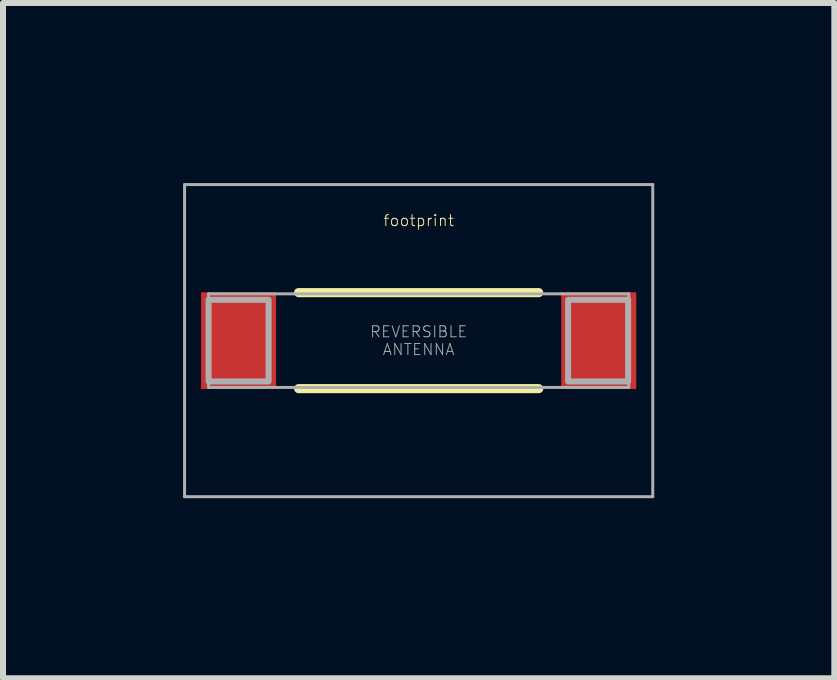
<source format=kicad_pcb>
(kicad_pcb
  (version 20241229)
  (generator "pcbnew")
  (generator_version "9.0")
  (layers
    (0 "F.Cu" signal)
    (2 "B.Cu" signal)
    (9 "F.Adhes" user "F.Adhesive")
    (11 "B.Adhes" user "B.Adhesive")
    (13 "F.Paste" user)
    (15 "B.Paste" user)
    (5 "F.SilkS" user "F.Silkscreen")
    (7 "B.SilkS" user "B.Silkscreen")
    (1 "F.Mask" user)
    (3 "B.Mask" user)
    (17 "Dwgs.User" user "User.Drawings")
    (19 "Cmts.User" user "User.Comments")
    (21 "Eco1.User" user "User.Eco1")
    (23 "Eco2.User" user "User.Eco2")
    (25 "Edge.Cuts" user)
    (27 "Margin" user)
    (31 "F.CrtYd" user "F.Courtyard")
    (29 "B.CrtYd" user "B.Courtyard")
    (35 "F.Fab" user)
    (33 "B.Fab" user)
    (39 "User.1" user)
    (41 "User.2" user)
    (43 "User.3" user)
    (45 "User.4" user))
  (footprint "footprint"
    (layer "F.Cu")
    (at 3.925 2.625)
    (property "Reference" "footprint" (at 0 -2 0) (layer "F.SilkS") (effects (font (size 0.184 0.184) (thickness 0.016))))
    (fp_line (start -2 -0.8) (end 2 -0.8) (stroke (width 0.152) (type solid)) (layer "F.SilkS"))
    (fp_line (start -2 0.8) (end 2 0.8) (stroke (width 0.152) (type solid)) (layer "F.SilkS"))
    (fp_line (start -3.9 -2.6) (end 3.9 -2.6) (stroke (width 0.05) (type solid)) (layer "F.Fab"))
    (fp_line (start -3.9 2.6) (end -3.9 -2.6) (stroke (width 0.05) (type solid)) (layer "F.Fab"))
    (fp_line (start -3.5 -0.78) (end 3.5 -0.78) (stroke (width 0.05) (type solid)) (layer "F.Fab"))
    (fp_line (start -3.5 0.78) (end -3.5 -0.78) (stroke (width 0.05) (type solid)) (layer "F.Fab"))
    (fp_line (start 3.5 -0.78) (end 3.5 0.78) (stroke (width 0.05) (type solid)) (layer "F.Fab"))
    (fp_line (start 3.5 0.78) (end -3.5 0.78) (stroke (width 0.05) (type solid)) (layer "F.Fab"))
    (fp_line (start 3.9 -2.6) (end 3.9 2.6) (stroke (width 0.05) (type solid)) (layer "F.Fab"))
    (fp_line (start 3.9 2.6) (end -3.9 2.6) (stroke (width 0.05) (type solid)) (layer "F.Fab"))
    (fp_poly (pts (xy -3.5 0.68) (xy -2.5 0.68) (xy -2.5 -0.68) (xy -3.5 -0.68)) (stroke (width 0.1) (type solid)) (fill no) (layer "F.Fab"))
    (fp_poly (pts (xy 2.49 0.68) (xy 3.49 0.68) (xy 3.49 -0.68) (xy 2.49 -0.68)) (stroke (width 0.1) (type solid)) (fill no) (layer "F.Fab"))
    (fp_text user "REVERSIBLE\nANTENNA" (at 0 0 0) (layer "F.Fab") (effects (font (size 0.184 0.184) (thickness 0.016))))
    (pad "FEED" smd rect (at 3 0) (size 1.25 1.61) (layers "F.Cu" "F.Mask" "F.Paste"))
    (pad "GND" smd rect (at -3 0) (size 1.25 1.61) (layers "F.Cu" "F.Mask" "F.Paste"))
    (zone (net_name "") (layer "F.Cu") (hatch edge 0.508) (connect_pads) (min_thickness 0.254) (filled_areas_thickness no) (keepout (tracks not_allowed) (vias not_allowed) (pads not_allowed) (copperpour not_allowed) (footprints allowed)) (placement (enabled no)) (fill) (polygon (pts (xy 0.025 1.825) (xy 7.825 1.825) (xy 7.825 0.025) (xy 0.025 0.025))))
    (zone (net_name "") (layer "F.Cu") (hatch edge 0.508) (connect_pads) (min_thickness 0.254) (filled_areas_thickness no) (keepout (tracks not_allowed) (vias not_allowed) (pads not_allowed) (copperpour not_allowed) (footprints allowed)) (placement (enabled no)) (fill) (polygon (pts (xy 0.025 2.025) (xy 0.425 2.025) (xy 0.425 1.825) (xy 0.025 1.825))))
    (zone (net_name "") (layer "F.Cu") (hatch edge 0.508) (connect_pads) (min_thickness 0.254) (filled_areas_thickness no) (keepout (tracks not_allowed) (vias not_allowed) (pads not_allowed) (copperpour not_allowed) (footprints allowed)) (placement (enabled no)) (fill) (polygon (pts (xy 0.025 3.425) (xy 0.425 3.425) (xy 0.425 3.225) (xy 0.025 3.225))))
    (zone (net_name "") (layer "F.Cu") (hatch edge 0.508) (connect_pads) (min_thickness 0.254) (filled_areas_thickness no) (keepout (tracks not_allowed) (vias not_allowed) (pads not_allowed) (copperpour not_allowed) (footprints allowed)) (placement (enabled no)) (fill) (polygon (pts (xy 0.025 5.225) (xy 7.825 5.225) (xy 7.825 3.425) (xy 0.025 3.425))))
    (zone (net_name "") (layer "F.Cu") (hatch edge 0.508) (connect_pads) (min_thickness 0.254) (filled_areas_thickness no) (keepout (tracks not_allowed) (vias not_allowed) (pads not_allowed) (copperpour not_allowed) (footprints allowed)) (placement (enabled no)) (fill) (polygon (pts (xy 1.625 3.425) (xy 6.225 3.425) (xy 6.225 1.825) (xy 1.625 1.825))))
    (zone (net_name "") (layer "F.Cu") (hatch edge 0.508) (connect_pads) (min_thickness 0.254) (filled_areas_thickness no) (keepout (tracks not_allowed) (vias not_allowed) (pads not_allowed) (copperpour not_allowed) (footprints allowed)) (placement (enabled no)) (fill) (polygon (pts (xy 7.425 2.025) (xy 7.825 2.025) (xy 7.825 1.825) (xy 7.425 1.825))))
    (zone (net_name "") (layer "F.Cu") (hatch edge 0.508) (connect_pads) (min_thickness 0.254) (filled_areas_thickness no) (keepout (tracks not_allowed) (vias not_allowed) (pads not_allowed) (copperpour not_allowed) (footprints allowed)) (placement (enabled no)) (fill) (polygon (pts (xy 7.425 3.425) (xy 7.825 3.425) (xy 7.825 3.225) (xy 7.425 3.225))))
    (zone (net_name "") (layer "B.Cu") (hatch edge 0.508) (connect_pads) (min_thickness 0.254) (filled_areas_thickness no) (keepout (tracks not_allowed) (vias not_allowed) (pads not_allowed) (copperpour not_allowed) (footprints allowed)) (placement (enabled no)) (fill) (polygon (pts (xy 0.025 5.25) (xy 7.825 5.25) (xy 7.825 0) (xy 0.025 0)))))
  (gr_rect
    (start -3 -3)
    (end 10.85 8.25)
    (stroke (width 0.1) (type default))
    (fill no)
    (layer "Edge.Cuts")))
</source>
